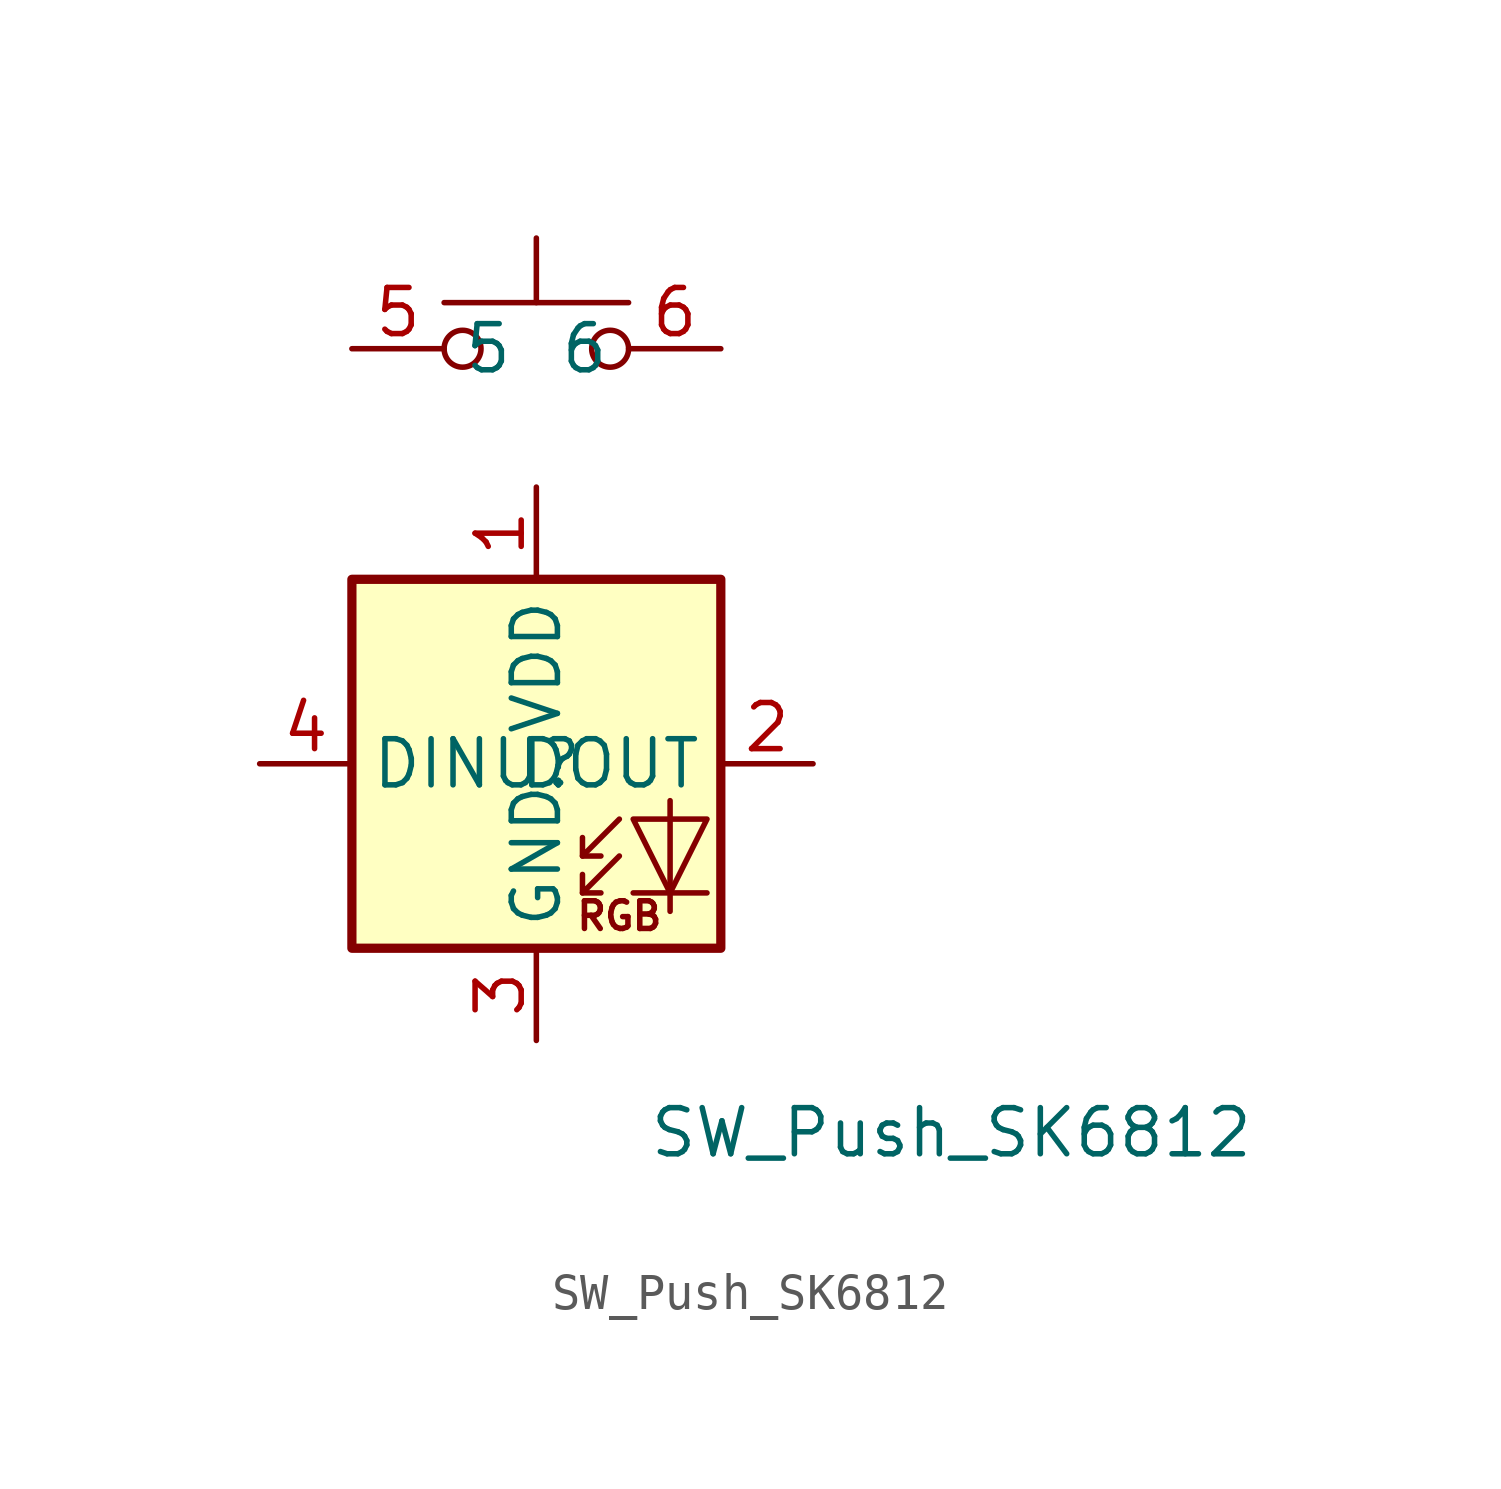
<source format=kicad_sym>
(kicad_symbol_lib
  (version 20211014)
  (generator kicad_symbol_editor)
  (symbol "SW_Push_SK6812"
    (property "Reference" "U"
      (at 0 -7.62 0)
      (effects (font (size 1.27 1.27))))
    (property "Value" "SW_Push_SK6812"
      (at 11.43 -17.78 0)
      (effects (font (size 1.27 1.27))))
    (symbol "SW_Push_SK6812_0_0"
      (text "RGB" (at 2.286 -11.811 0) (effects (font (size 0.762 0.762)))))
    (symbol "SW_Push_SK6812_0_1"
      (circle (center -2.032 3.81) (radius 0.508) (stroke (width 0) (type default) (color 0 0 0 0)) (fill (type none)))
      (polyline (pts (xy 0 5.08) (xy 0 6.858)) (stroke (width 0) (type default) (color 0 0 0 0)) (fill (type none)))
      (polyline (pts (xy 1.27 -11.176) (xy 1.778 -11.176)) (stroke (width 0) (type default) (color 0 0 0 0)) (fill (type none)))
      (polyline (pts (xy 1.27 -10.16) (xy 1.778 -10.16)) (stroke (width 0) (type default) (color 0 0 0 0)) (fill (type none)))
      (polyline (pts (xy 2.54 5.08) (xy -2.54 5.08)) (stroke (width 0) (type default) (color 0 0 0 0)) (fill (type none)))
      (polyline (pts (xy 4.699 -11.176) (xy 2.667 -11.176)) (stroke (width 0) (type default) (color 0 0 0 0)) (fill (type none)))
      (polyline (pts (xy 2.286 -10.16) (xy 1.27 -11.176) (xy 1.27 -10.668)) (stroke (width 0) (type default) (color 0 0 0 0)) (fill (type none)))
      (polyline (pts (xy 2.286 -9.144) (xy 1.27 -10.16) (xy 1.27 -9.652)) (stroke (width 0) (type default) (color 0 0 0 0)) (fill (type none)))
      (polyline (pts (xy 3.683 -8.636) (xy 3.683 -11.176) (xy 3.683 -11.684)) (stroke (width 0) (type default) (color 0 0 0 0)) (fill (type none)))
      (polyline (pts (xy 4.699 -9.144) (xy 2.667 -9.144) (xy 3.683 -11.176) (xy 4.699 -9.144)) (stroke (width 0) (type default) (color 0 0 0 0)) (fill (type none)))
      (circle (center 2.032 3.81) (radius 0.508) (stroke (width 0) (type default) (color 0 0 0 0)) (fill (type none)))
      (rectangle (start 5.08 -2.54) (end -5.08 -12.7) (stroke (width 0.254) (type default) (color 0 0 0 0)) (fill (type background)))
      (pin passive line (at -5.08 3.81 0) (length 2.54) (name "5" (effects (font (size 1.27 1.27)))) (number "5" (effects (font (size 1.27 1.27)))))
      (pin passive line (at 5.08 3.81 180) (length 2.54) (name "6" (effects (font (size 1.27 1.27)))) (number "6" (effects (font (size 1.27 1.27))))))
    (symbol "SW_Push_SK6812_1_1"
      (pin power_in line (at 0 0 270) (length 2.54) (name "VDD" (effects (font (size 1.27 1.27)))) (number "1" (effects (font (size 1.27 1.27)))))
      (pin output line (at 7.62 -7.62 180) (length 2.54) (name "DOUT" (effects (font (size 1.27 1.27)))) (number "2" (effects (font (size 1.27 1.27)))))
      (pin power_in line (at 0 -15.24 90) (length 2.54) (name "GND" (effects (font (size 1.27 1.27)))) (number "3" (effects (font (size 1.27 1.27)))))
      (pin input line (at -7.62 -7.62 0) (length 2.54) (name "DIN" (effects (font (size 1.27 1.27)))) (number "4" (effects (font (size 1.27 1.27))))))))
</source>
